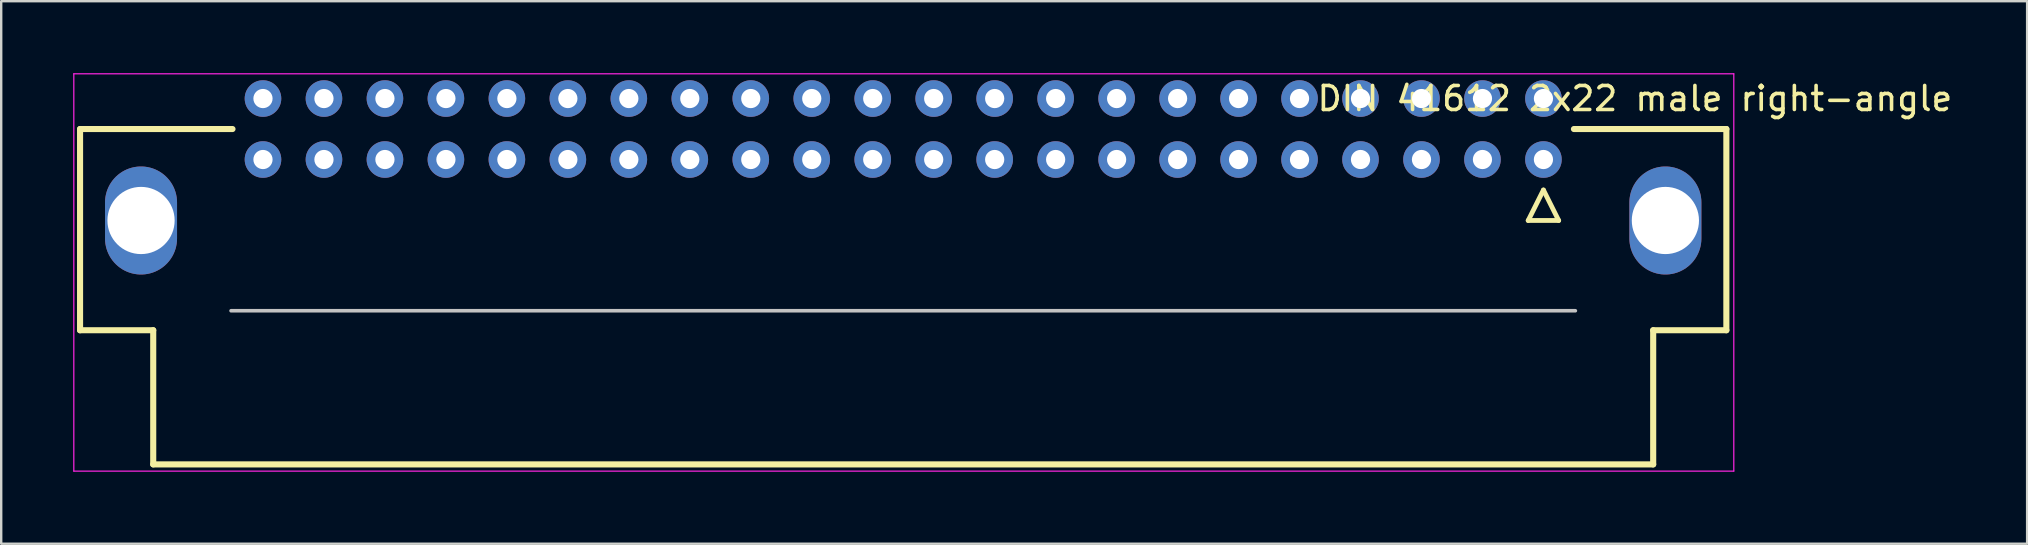
<source format=kicad_pcb>
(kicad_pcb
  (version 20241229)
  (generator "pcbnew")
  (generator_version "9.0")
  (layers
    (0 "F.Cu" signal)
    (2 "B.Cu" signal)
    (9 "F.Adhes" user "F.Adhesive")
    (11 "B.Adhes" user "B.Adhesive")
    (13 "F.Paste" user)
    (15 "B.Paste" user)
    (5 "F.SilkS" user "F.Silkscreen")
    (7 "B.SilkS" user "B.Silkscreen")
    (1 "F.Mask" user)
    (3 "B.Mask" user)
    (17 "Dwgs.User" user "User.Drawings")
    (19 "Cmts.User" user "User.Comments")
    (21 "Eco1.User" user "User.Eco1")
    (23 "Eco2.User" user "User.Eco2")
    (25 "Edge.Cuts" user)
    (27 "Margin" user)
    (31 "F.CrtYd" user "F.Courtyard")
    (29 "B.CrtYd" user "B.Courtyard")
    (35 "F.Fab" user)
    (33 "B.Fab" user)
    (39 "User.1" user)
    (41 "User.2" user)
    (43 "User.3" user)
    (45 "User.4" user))
  (footprint "DIN 41612 2x22 male right-angle"
    (layer "F.Cu")
    (at 34.575 2.325)
    (property "Reference" "DIN 41612 2x22 male right-angle" (at 30.48 -1.27 0) (layer "F.SilkS") (effects (font (size 1 1) (thickness 0.15))))
    (attr through_hole)
    (fp_line (start -34.29 0) (end -34.29 8.382) (stroke (width 0.254) (type solid)) (layer "F.SilkS"))
    (fp_line (start -31.242 8.382) (end -34.29 8.382) (stroke (width 0.254) (type solid)) (layer "F.SilkS"))
    (fp_line (start -31.242 13.97) (end -31.242 8.382) (stroke (width 0.254) (type solid)) (layer "F.SilkS"))
    (fp_line (start -27.94 0) (end -34.29 0) (stroke (width 0.254) (type solid)) (layer "F.SilkS"))
    (fp_line (start 26.035 3.81) (end 27.305 3.81) (stroke (width 0.2) (type solid)) (layer "F.SilkS"))
    (fp_line (start 26.67 2.54) (end 26.035 3.81) (stroke (width 0.2) (type solid)) (layer "F.SilkS"))
    (fp_line (start 27.305 3.81) (end 26.67 2.54) (stroke (width 0.2) (type solid)) (layer "F.SilkS"))
    (fp_line (start 27.94 0) (end 34.29 0) (stroke (width 0.254) (type solid)) (layer "F.SilkS"))
    (fp_line (start 31.242 13.97) (end -31.242 13.97) (stroke (width 0.254) (type solid)) (layer "F.SilkS"))
    (fp_line (start 31.242 13.97) (end 31.242 8.382) (stroke (width 0.254) (type solid)) (layer "F.SilkS"))
    (fp_line (start 34.29 0) (end 34.29 8.382) (stroke (width 0.254) (type solid)) (layer "F.SilkS"))
    (fp_line (start 34.29 8.382) (end 31.242 8.382) (stroke (width 0.254) (type solid)) (layer "F.SilkS"))
    (fp_line (start -28 7.57) (end 28 7.57) (stroke (width 0.15) (type solid)) (layer "Dwgs.User"))
    (fp_line (start -34.55 -2.3) (end -34.55 14.25) (stroke (width 0.05) (type solid)) (layer "F.CrtYd"))
    (fp_line (start -34.55 14.25) (end 34.6 14.25) (stroke (width 0.05) (type solid)) (layer "F.CrtYd"))
    (fp_line (start 34.6 -2.3) (end -34.55 -2.3) (stroke (width 0.05) (type solid)) (layer "F.CrtYd"))
    (fp_line (start 34.6 14.25) (end 34.6 -2.3) (stroke (width 0.05) (type solid)) (layer "F.CrtYd"))
    (pad "1A" thru_hole circle (at 26.67 1.27) (size 1.524 1.524) (drill 0.8) (layers "*.Cu" "*.Mask"))
    (pad "1B" thru_hole circle (at 26.67 -1.27) (size 1.524 1.524) (drill 0.8) (layers "*.Cu" "*.Mask"))
    (pad "2A" thru_hole circle (at 24.13 1.27) (size 1.524 1.524) (drill 0.8) (layers "*.Cu" "*.Mask"))
    (pad "2B" thru_hole circle (at 24.13 -1.27) (size 1.524 1.524) (drill 0.8) (layers "*.Cu" "*.Mask"))
    (pad "3A" thru_hole circle (at 21.59 1.27) (size 1.524 1.524) (drill 0.8) (layers "*.Cu" "*.Mask"))
    (pad "3B" thru_hole circle (at 21.59 -1.27) (size 1.524 1.524) (drill 0.8) (layers "*.Cu" "*.Mask"))
    (pad "4A" thru_hole circle (at 19.05 1.27) (size 1.524 1.524) (drill 0.8) (layers "*.Cu" "*.Mask"))
    (pad "4B" thru_hole circle (at 19.05 -1.27) (size 1.524 1.524) (drill 0.8) (layers "*.Cu" "*.Mask"))
    (pad "5A" thru_hole circle (at 16.51 1.27) (size 1.524 1.524) (drill 0.8) (layers "*.Cu" "*.Mask"))
    (pad "5B" thru_hole circle (at 16.51 -1.27) (size 1.524 1.524) (drill 0.8) (layers "*.Cu" "*.Mask"))
    (pad "6A" thru_hole circle (at 13.97 1.27) (size 1.524 1.524) (drill 0.8) (layers "*.Cu" "*.Mask"))
    (pad "6B" thru_hole circle (at 13.97 -1.27) (size 1.524 1.524) (drill 0.8) (layers "*.Cu" "*.Mask"))
    (pad "7A" thru_hole circle (at 11.43 1.27) (size 1.524 1.524) (drill 0.8) (layers "*.Cu" "*.Mask"))
    (pad "7B" thru_hole circle (at 11.43 -1.27) (size 1.524 1.524) (drill 0.8) (layers "*.Cu" "*.Mask"))
    (pad "8A" thru_hole circle (at 8.89 1.27) (size 1.524 1.524) (drill 0.8) (layers "*.Cu" "*.Mask"))
    (pad "8B" thru_hole circle (at 8.89 -1.27) (size 1.524 1.524) (drill 0.8) (layers "*.Cu" "*.Mask"))
    (pad "9A" thru_hole circle (at 6.35 1.27) (size 1.524 1.524) (drill 0.8) (layers "*.Cu" "*.Mask"))
    (pad "9B" thru_hole circle (at 6.35 -1.27) (size 1.524 1.524) (drill 0.8) (layers "*.Cu" "*.Mask"))
    (pad "10A" thru_hole circle (at 3.81 1.27) (size 1.524 1.524) (drill 0.8) (layers "*.Cu" "*.Mask"))
    (pad "10B" thru_hole circle (at 3.81 -1.27) (size 1.524 1.524) (drill 0.8) (layers "*.Cu" "*.Mask"))
    (pad "11A" thru_hole circle (at 1.27 1.27) (size 1.524 1.524) (drill 0.8) (layers "*.Cu" "*.Mask"))
    (pad "11B" thru_hole circle (at 1.27 -1.27) (size 1.524 1.524) (drill 0.8) (layers "*.Cu" "*.Mask"))
    (pad "12A" thru_hole circle (at -1.27 1.27) (size 1.524 1.524) (drill 0.8) (layers "*.Cu" "*.Mask"))
    (pad "12B" thru_hole circle (at -1.27 -1.27) (size 1.524 1.524) (drill 0.8) (layers "*.Cu" "*.Mask"))
    (pad "13A" thru_hole circle (at -3.81 1.27) (size 1.524 1.524) (drill 0.8) (layers "*.Cu" "*.Mask"))
    (pad "13B" thru_hole circle (at -3.81 -1.27) (size 1.524 1.524) (drill 0.8) (layers "*.Cu" "*.Mask"))
    (pad "14A" thru_hole circle (at -6.35 1.27) (size 1.524 1.524) (drill 0.8) (layers "*.Cu" "*.Mask"))
    (pad "14B" thru_hole circle (at -6.35 -1.27) (size 1.524 1.524) (drill 0.8) (layers "*.Cu" "*.Mask"))
    (pad "15A" thru_hole circle (at -8.89 1.27) (size 1.524 1.524) (drill 0.8) (layers "*.Cu" "*.Mask"))
    (pad "15B" thru_hole circle (at -8.89 -1.27) (size 1.524 1.524) (drill 0.8) (layers "*.Cu" "*.Mask"))
    (pad "16A" thru_hole circle (at -11.43 1.27) (size 1.524 1.524) (drill 0.8) (layers "*.Cu" "*.Mask"))
    (pad "16B" thru_hole circle (at -11.43 -1.27) (size 1.524 1.524) (drill 0.8) (layers "*.Cu" "*.Mask"))
    (pad "17A" thru_hole circle (at -13.97 1.27) (size 1.524 1.524) (drill 0.8) (layers "*.Cu" "*.Mask"))
    (pad "17B" thru_hole circle (at -13.97 -1.27) (size 1.524 1.524) (drill 0.8) (layers "*.Cu" "*.Mask"))
    (pad "18A" thru_hole circle (at -16.51 1.27) (size 1.524 1.524) (drill 0.8) (layers "*.Cu" "*.Mask"))
    (pad "18B" thru_hole circle (at -16.51 -1.27) (size 1.524 1.524) (drill 0.8) (layers "*.Cu" "*.Mask"))
    (pad "19A" thru_hole circle (at -19.05 1.27) (size 1.524 1.524) (drill 0.8) (layers "*.Cu" "*.Mask"))
    (pad "19B" thru_hole circle (at -19.05 -1.27) (size 1.524 1.524) (drill 0.8) (layers "*.Cu" "*.Mask"))
    (pad "20A" thru_hole circle (at -21.59 1.27) (size 1.524 1.524) (drill 0.8) (layers "*.Cu" "*.Mask"))
    (pad "20B" thru_hole circle (at -21.59 -1.27) (size 1.524 1.524) (drill 0.8) (layers "*.Cu" "*.Mask"))
    (pad "21A" thru_hole circle (at -24.13 1.27) (size 1.524 1.524) (drill 0.8) (layers "*.Cu" "*.Mask"))
    (pad "21B" thru_hole circle (at -24.13 -1.27) (size 1.524 1.524) (drill 0.8) (layers "*.Cu" "*.Mask"))
    (pad "22A" thru_hole circle (at -26.67 1.27) (size 1.524 1.524) (drill 0.8) (layers "*.Cu" "*.Mask"))
    (pad "22B" thru_hole circle (at -26.67 -1.27) (size 1.524 1.524) (drill 0.8) (layers "*.Cu" "*.Mask"))
    (pad "S1" thru_hole oval (at 31.75 3.81) (size 3 4.5) (drill 2.8) (layers "*.Cu" "*.Mask"))
    (pad "S2" thru_hole oval (at -31.75 3.81) (size 3 4.5) (drill 2.8) (layers "*.Cu" "*.Mask")))
  (gr_rect
    (start -3 -3)
    (end 81.394 19.6)
    (stroke (width 0.1) (type default))
    (fill no)
    (layer "Edge.Cuts")))
</source>
